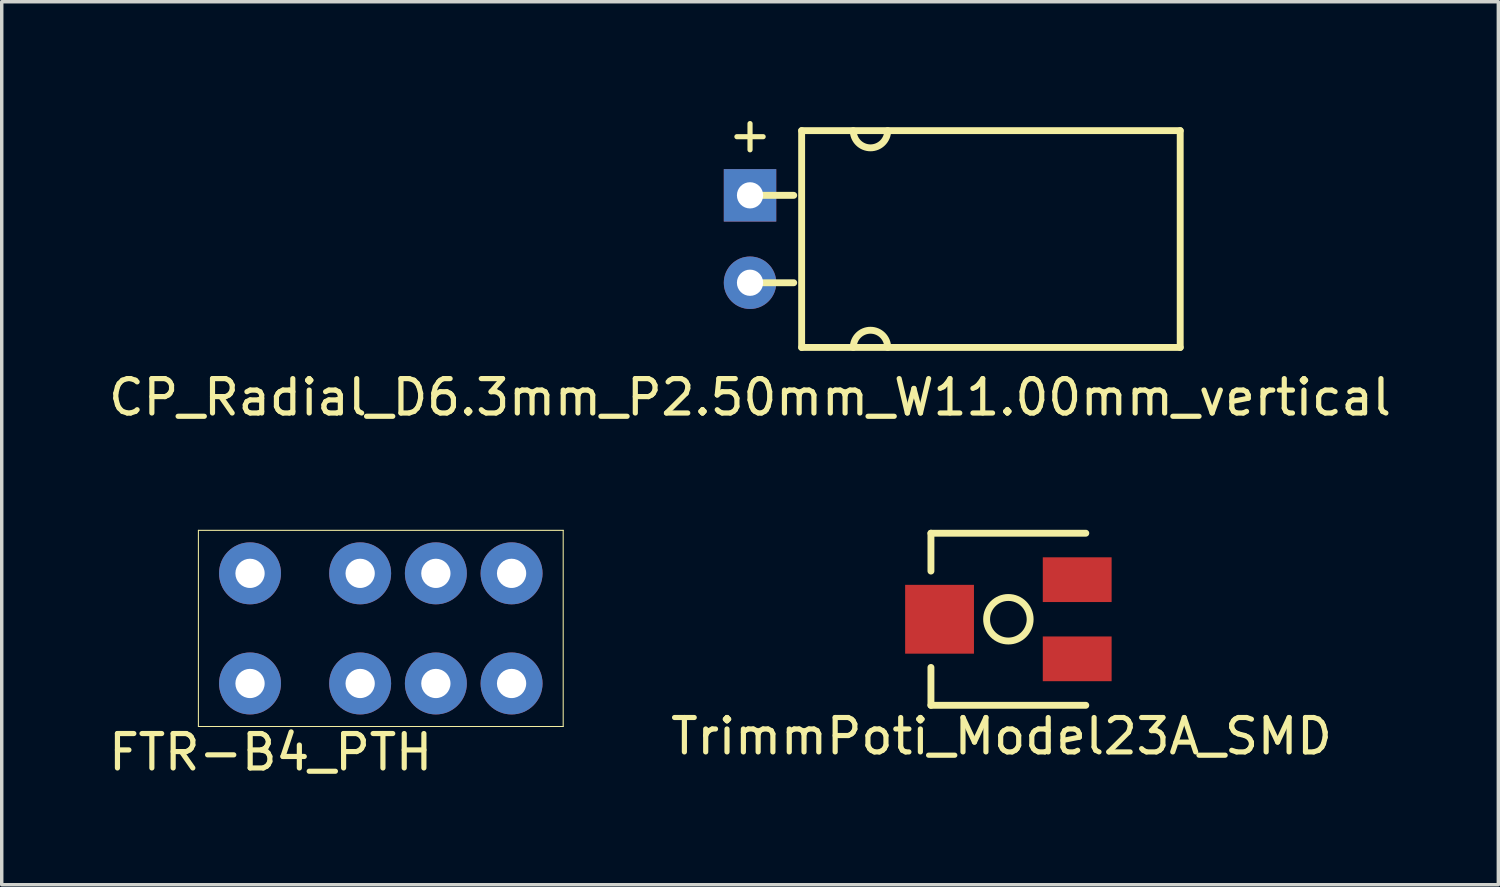
<source format=kicad_pcb>
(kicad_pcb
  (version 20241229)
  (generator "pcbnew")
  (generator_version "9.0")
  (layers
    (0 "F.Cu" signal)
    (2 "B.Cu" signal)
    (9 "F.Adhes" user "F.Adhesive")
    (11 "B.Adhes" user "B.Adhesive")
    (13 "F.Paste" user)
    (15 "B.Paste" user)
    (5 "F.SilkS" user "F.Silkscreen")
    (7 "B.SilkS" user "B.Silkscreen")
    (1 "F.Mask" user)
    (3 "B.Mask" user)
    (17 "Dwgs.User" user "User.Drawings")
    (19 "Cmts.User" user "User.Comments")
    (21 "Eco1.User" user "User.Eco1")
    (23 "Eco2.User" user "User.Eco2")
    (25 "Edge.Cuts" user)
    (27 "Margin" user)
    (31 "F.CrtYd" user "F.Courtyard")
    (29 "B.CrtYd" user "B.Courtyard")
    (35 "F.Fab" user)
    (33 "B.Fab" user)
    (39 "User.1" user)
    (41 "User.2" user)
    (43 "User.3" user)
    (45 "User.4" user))
  (footprint "FTR-B4_PTH"
    (layer "F.Cu")
    (at 7.415 15.21)
    (property "Reference" "FTR-B4_PTH" (at -2.6 3.6 180) (layer "F.SilkS") (effects (font (size 1 1) (thickness 0.15))))
    (attr through_hole)
    (fp_line (start -4.7 -2.85) (end -4.7 2.85) (stroke (width 0.03) (type solid)) (layer "F.SilkS"))
    (fp_line (start -4.7 2.85) (end 5.9 2.85) (stroke (width 0.03) (type solid)) (layer "F.SilkS"))
    (fp_line (start 5.9 -2.85) (end -4.7 -2.85) (stroke (width 0.03) (type solid)) (layer "F.SilkS"))
    (fp_line (start 5.9 2.85) (end 5.9 -2.85) (stroke (width 0.03) (type solid)) (layer "F.SilkS"))
    (pad "1" thru_hole circle (at -3.2 1.6) (size 1.8 1.8) (drill 0.85) (layers "*.Cu" "*.Mask"))
    (pad "2" thru_hole circle (at 0 1.6) (size 1.8 1.8) (drill 0.85) (layers "*.Cu" "*.Mask"))
    (pad "3" thru_hole circle (at 2.2 1.6) (size 1.8 1.8) (drill 0.85) (layers "*.Cu" "*.Mask"))
    (pad "4" thru_hole circle (at 4.4 1.6) (size 1.8 1.8) (drill 0.85) (layers "*.Cu" "*.Mask"))
    (pad "5" thru_hole circle (at 4.4 -1.6) (size 1.8 1.8) (drill 0.85) (layers "*.Cu" "*.Mask"))
    (pad "6" thru_hole circle (at 2.2 -1.6) (size 1.8 1.8) (drill 0.85) (layers "*.Cu" "*.Mask"))
    (pad "7" thru_hole circle (at 0 -1.6) (size 1.8 1.8) (drill 0.85) (layers "*.Cu" "*.Mask"))
    (pad "8" thru_hole circle (at -3.2 -1.6) (size 1.8 1.8) (drill 0.85) (layers "*.Cu" "*.Mask")))
  (footprint "TrimmPoti_Model23A_SMD"
    (layer "F.Cu")
    (at 26.251 14.944)
    (property "Reference" "TrimmPoti_Model23A_SMD" (at -0.2 3.4 180) (layer "F.SilkS") (effects (font (size 1 1) (thickness 0.15))))
    (attr through_hole)
    (fp_line (start -2.25 -2.5) (end -2.25 -1.4) (stroke (width 0.2) (type solid)) (layer "F.SilkS"))
    (fp_line (start -2.25 -2.5) (end 2.25 -2.5) (stroke (width 0.2) (type solid)) (layer "F.SilkS"))
    (fp_line (start -2.25 2.5) (end -2.25 1.4) (stroke (width 0.2) (type solid)) (layer "F.SilkS"))
    (fp_line (start -2.25 2.5) (end 2.25 2.5) (stroke (width 0.2) (type solid)) (layer "F.SilkS"))
    (fp_circle (center 0 0) (end 0.2 0.6) (stroke (width 0.2) (type solid)) (fill no) (layer "F.SilkS"))
    (pad "1" smd rect (at 2 -1.15) (size 2 1.3) (layers "F.Cu" "F.Mask" "F.Paste"))
    (pad "2" smd rect (at -2 0) (size 2 2) (layers "F.Cu" "F.Mask" "F.Paste"))
    (pad "3" smd rect (at 2 1.15) (size 2 1.3) (layers "F.Cu" "F.Mask" "F.Paste")))
  (footprint "CP_Radial_D6.3mm_P2.50mm_W11.00mm_vertical"
    (layer "F.Cu")
    (at 18.744 3.896)
    (property "Reference" "CP_Radial_D6.3mm_P2.50mm_W11.00mm_vertical" (at 0 4.6 0) (layer "F.SilkS") (effects (font (size 1 1) (thickness 0.15))))
    (attr through_hole)
    (fp_line (start 0 -1.27) (end 1.27 -1.27) (stroke (width 0.2) (type solid)) (layer "F.SilkS"))
    (fp_line (start 0 1.27) (end 1.27 1.27) (stroke (width 0.2) (type solid)) (layer "F.SilkS"))
    (fp_line (start 1.5 -3.15) (end 12.5 -3.15) (stroke (width 0.2) (type solid)) (layer "F.SilkS"))
    (fp_line (start 1.5 3.15) (end 1.5 -3.15) (stroke (width 0.2) (type solid)) (layer "F.SilkS"))
    (fp_line (start 12.5 -3.15) (end 12.5 3.15) (stroke (width 0.2) (type solid)) (layer "F.SilkS"))
    (fp_line (start 12.5 3.15) (end 1.5 3.15) (stroke (width 0.2) (type solid)) (layer "F.SilkS"))
    (fp_arc (start 3 3.15) (mid 3.5 2.65) (end 4 3.15) (stroke (width 0.2) (type solid)) (layer "F.SilkS"))
    (fp_arc (start 4 -3.15) (mid 3.5 -2.65) (end 3 -3.15) (stroke (width 0.2) (type solid)) (layer "F.SilkS"))
    (fp_text user "+" (at 0 -3.048 0) (layer "F.SilkS") (effects (font (size 1 1) (thickness 0.15))))
    (pad "1" thru_hole rect (at 0 -1.27) (size 1.524 1.524) (drill 0.762) (layers "*.Cu" "*.Mask"))
    (pad "2" thru_hole circle (at 0 1.27) (size 1.524 1.524) (drill 0.762) (layers "*.Cu" "*.Mask")))
  (gr_rect
    (start -3 -3)
    (end 40.488 22.658)
    (stroke (width 0.1) (type default))
    (fill no)
    (layer "Edge.Cuts")))
</source>
